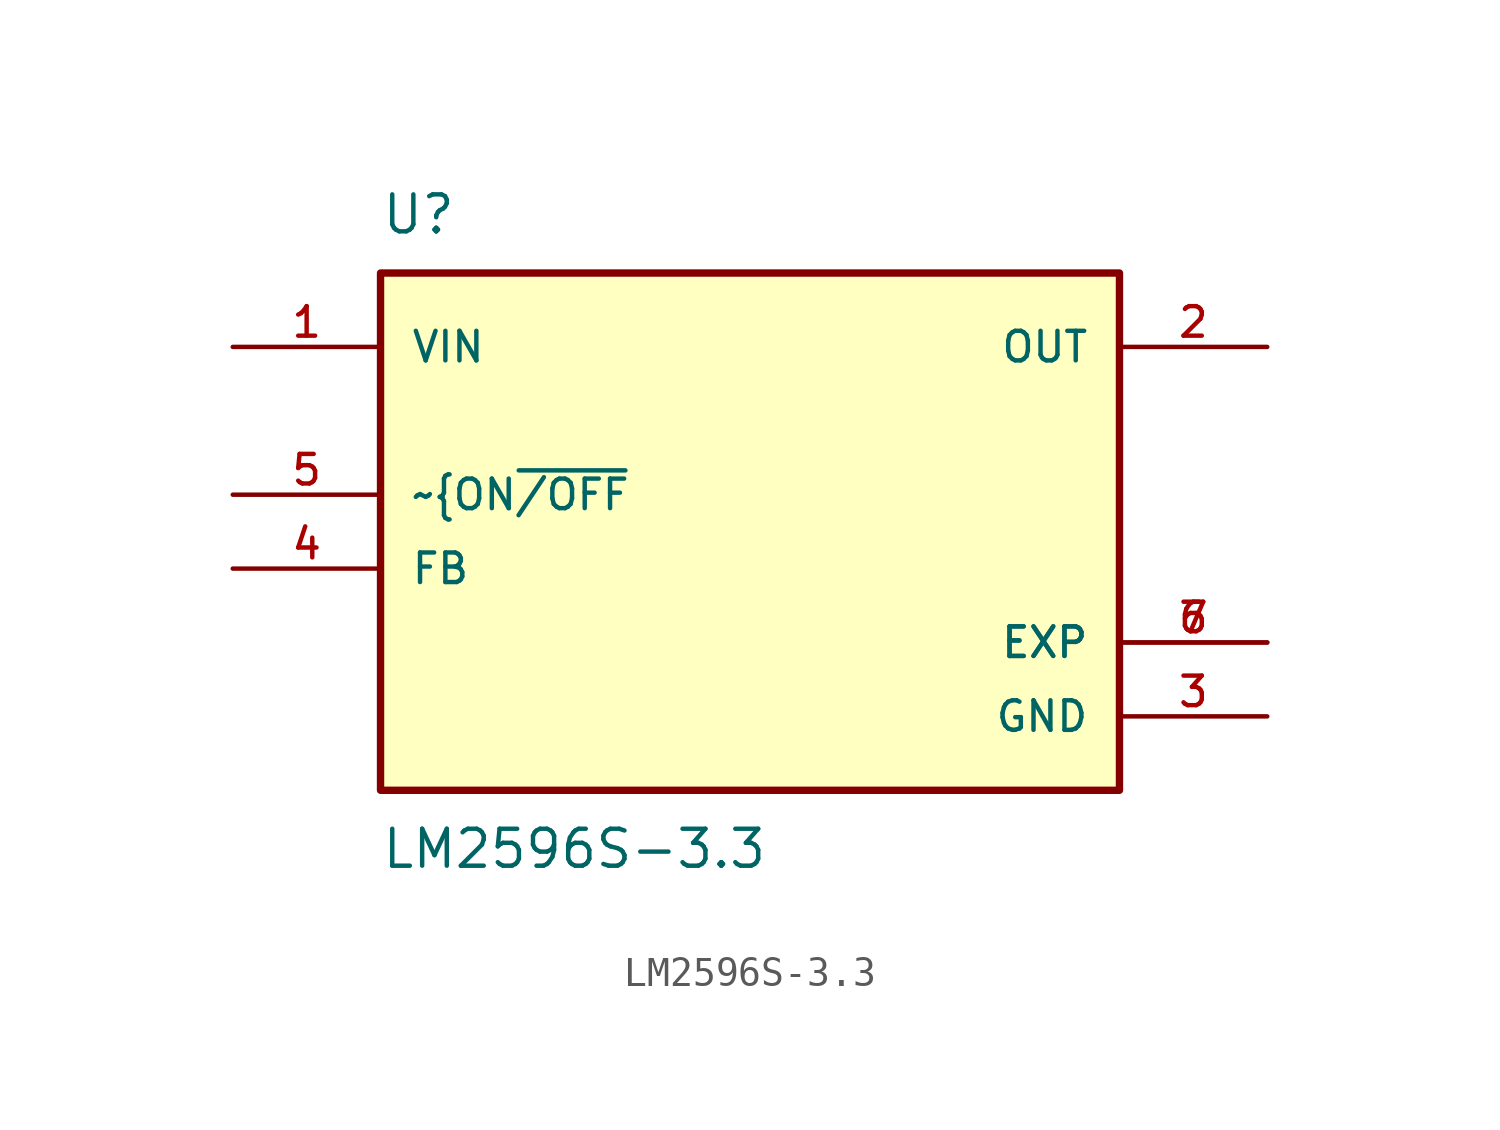
<source format=kicad_sym>
(kicad_symbol_lib
  (version 20211014)
  (generator kicad_symbol_editor)
  (symbol "LM2596S-3.3"
    (pin_names
      (offset 1.016))
    (property "Reference" "U"
      (at -12.7 11.43 0)
      (effects (font (size 1.27 1.27)) (justify bottom left)))
    (property "Value" "LM2596S-3.3"
      (at -12.7 -8.89 0.0)
      (effects (font (size 1.27 1.27)) (justify top left)))
    (symbol "LM2596S-3.3_0_0"
      (rectangle (start -12.7 -7.62) (end 12.7 10.16) (stroke (width 0.254)) (fill (type background)))
      (pin input line (at -17.78 7.62 0) (length 5.08) (name "VIN" (effects (font (size 1.016 1.016)))) (number "1" (effects (font (size 1.016 1.016)))))
      (pin power_in line (at 17.78 -2.54 180.0) (length 5.08) (name "EXP" (effects (font (size 1.016 1.016)))) (number "6" (effects (font (size 1.016 1.016)))))
      (pin power_in line (at 17.78 -2.54 180.0) (length 5.08) (name "EXP" (effects (font (size 1.016 1.016)))) (number "7" (effects (font (size 1.016 1.016)))))
      (pin output line (at 17.78 7.62 180.0) (length 5.08) (name "OUT" (effects (font (size 1.016 1.016)))) (number "2" (effects (font (size 1.016 1.016)))))
      (pin input line (at -17.78 2.54 0) (length 5.08) (name "~{ON~{/OFF}" (effects (font (size 1.016 1.016)))) (number "5" (effects (font (size 1.016 1.016)))))
      (pin input line (at -17.78 0.0 0) (length 5.08) (name "FB" (effects (font (size 1.016 1.016)))) (number "4" (effects (font (size 1.016 1.016)))))
      (pin power_in line (at 17.78 -5.08 180.0) (length 5.08) (name "GND" (effects (font (size 1.016 1.016)))) (number "3" (effects (font (size 1.016 1.016))))))))
</source>
